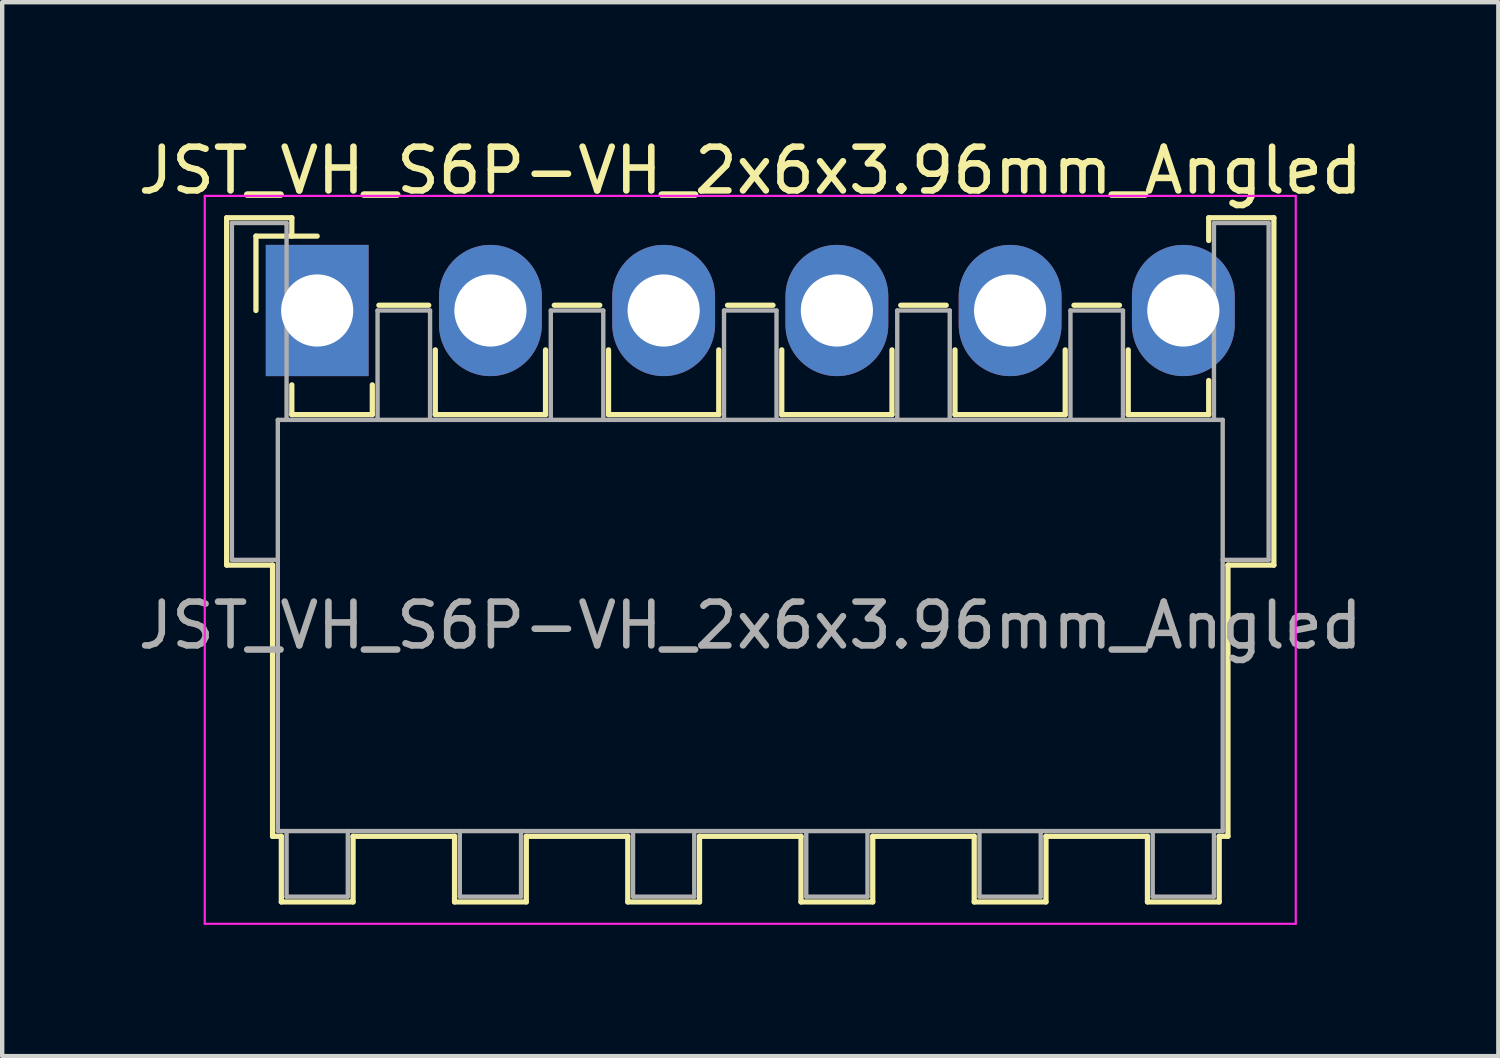
<source format=kicad_pcb>
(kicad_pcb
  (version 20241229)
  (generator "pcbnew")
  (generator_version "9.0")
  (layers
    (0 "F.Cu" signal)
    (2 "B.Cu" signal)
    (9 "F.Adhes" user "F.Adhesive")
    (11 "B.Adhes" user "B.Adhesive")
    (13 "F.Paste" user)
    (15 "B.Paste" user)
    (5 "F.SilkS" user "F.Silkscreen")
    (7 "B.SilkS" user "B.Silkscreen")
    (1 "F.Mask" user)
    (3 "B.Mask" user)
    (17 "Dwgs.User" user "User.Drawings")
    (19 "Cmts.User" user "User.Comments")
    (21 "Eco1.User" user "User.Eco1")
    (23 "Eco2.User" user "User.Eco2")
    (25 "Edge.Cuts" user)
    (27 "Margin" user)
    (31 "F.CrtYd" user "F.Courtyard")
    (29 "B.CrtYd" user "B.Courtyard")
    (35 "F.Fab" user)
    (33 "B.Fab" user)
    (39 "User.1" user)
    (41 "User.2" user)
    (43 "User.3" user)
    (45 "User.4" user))
  (footprint "JST_VH_S6P-VH_2x6x3.96mm_Angled"
    (layer "F.Cu")
    (at 4.201 4.048)
    (property "Reference" "JST_VH_S6P-VH_2x6x3.96mm_Angled" (at 9.9 -3.2 0) (layer "F.SilkS") (effects (font (size 1 1) (thickness 0.15))))
    (attr through_hole)
    (fp_line (start -2.07 -2.12) (end -0.58 -2.12) (stroke (width 0.12) (type solid)) (layer "F.SilkS"))
    (fp_line (start -2.07 5.82) (end -2.07 -2.12) (stroke (width 0.12) (type solid)) (layer "F.SilkS"))
    (fp_line (start -1.4 -1.7) (end -1.4 0) (stroke (width 0.12) (type solid)) (layer "F.SilkS"))
    (fp_line (start -1.02 5.82) (end -2.07 5.82) (stroke (width 0.12) (type solid)) (layer "F.SilkS"))
    (fp_line (start -1.02 5.82) (end -1.02 12.02) (stroke (width 0.12) (type solid)) (layer "F.SilkS"))
    (fp_line (start -1.02 12.02) (end -0.82 12.02) (stroke (width 0.12) (type solid)) (layer "F.SilkS"))
    (fp_line (start -0.82 12.02) (end -0.82 13.52) (stroke (width 0.12) (type solid)) (layer "F.SilkS"))
    (fp_line (start -0.82 13.52) (end 0.82 13.52) (stroke (width 0.12) (type solid)) (layer "F.SilkS"))
    (fp_line (start -0.58 -2.12) (end -0.58 -1.7) (stroke (width 0.12) (type solid)) (layer "F.SilkS"))
    (fp_line (start -0.58 1.7) (end -0.58 2.38) (stroke (width 0.12) (type solid)) (layer "F.SilkS"))
    (fp_line (start -0.58 2.38) (end 1.26 2.38) (stroke (width 0.12) (type solid)) (layer "F.SilkS"))
    (fp_line (start 0 -1.7) (end -1.4 -1.7) (stroke (width 0.12) (type solid)) (layer "F.SilkS"))
    (fp_line (start 0.82 12.02) (end 3.14 12.02) (stroke (width 0.12) (type solid)) (layer "F.SilkS"))
    (fp_line (start 0.82 13.52) (end 0.82 12.02) (stroke (width 0.12) (type solid)) (layer "F.SilkS"))
    (fp_line (start 1.26 2.38) (end 1.26 1.7) (stroke (width 0.12) (type solid)) (layer "F.SilkS"))
    (fp_line (start 1.41 -0.12) (end 2.55 -0.12) (stroke (width 0.12) (type solid)) (layer "F.SilkS"))
    (fp_line (start 2.7 0.9) (end 2.7 2.38) (stroke (width 0.12) (type solid)) (layer "F.SilkS"))
    (fp_line (start 2.7 2.38) (end 5.22 2.38) (stroke (width 0.12) (type solid)) (layer "F.SilkS"))
    (fp_line (start 3.14 12.02) (end 3.14 13.52) (stroke (width 0.12) (type solid)) (layer "F.SilkS"))
    (fp_line (start 3.14 13.52) (end 4.78 13.52) (stroke (width 0.12) (type solid)) (layer "F.SilkS"))
    (fp_line (start 4.78 12.02) (end 7.1 12.02) (stroke (width 0.12) (type solid)) (layer "F.SilkS"))
    (fp_line (start 4.78 13.52) (end 4.78 12.02) (stroke (width 0.12) (type solid)) (layer "F.SilkS"))
    (fp_line (start 5.22 2.38) (end 5.22 0.9) (stroke (width 0.12) (type solid)) (layer "F.SilkS"))
    (fp_line (start 5.42 -0.12) (end 6.46 -0.12) (stroke (width 0.12) (type solid)) (layer "F.SilkS"))
    (fp_line (start 6.66 0.9) (end 6.66 2.38) (stroke (width 0.12) (type solid)) (layer "F.SilkS"))
    (fp_line (start 6.66 2.38) (end 9.18 2.38) (stroke (width 0.12) (type solid)) (layer "F.SilkS"))
    (fp_line (start 7.1 12.02) (end 7.1 13.52) (stroke (width 0.12) (type solid)) (layer "F.SilkS"))
    (fp_line (start 7.1 13.52) (end 8.74 13.52) (stroke (width 0.12) (type solid)) (layer "F.SilkS"))
    (fp_line (start 8.74 12.02) (end 11.06 12.02) (stroke (width 0.12) (type solid)) (layer "F.SilkS"))
    (fp_line (start 8.74 13.52) (end 8.74 12.02) (stroke (width 0.12) (type solid)) (layer "F.SilkS"))
    (fp_line (start 9.18 2.38) (end 9.18 0.9) (stroke (width 0.12) (type solid)) (layer "F.SilkS"))
    (fp_line (start 9.38 -0.12) (end 10.42 -0.12) (stroke (width 0.12) (type solid)) (layer "F.SilkS"))
    (fp_line (start 10.62 0.9) (end 10.62 2.38) (stroke (width 0.12) (type solid)) (layer "F.SilkS"))
    (fp_line (start 10.62 2.38) (end 13.14 2.38) (stroke (width 0.12) (type solid)) (layer "F.SilkS"))
    (fp_line (start 11.06 12.02) (end 11.06 13.52) (stroke (width 0.12) (type solid)) (layer "F.SilkS"))
    (fp_line (start 11.06 13.52) (end 12.7 13.52) (stroke (width 0.12) (type solid)) (layer "F.SilkS"))
    (fp_line (start 12.7 12.02) (end 15.02 12.02) (stroke (width 0.12) (type solid)) (layer "F.SilkS"))
    (fp_line (start 12.7 13.52) (end 12.7 12.02) (stroke (width 0.12) (type solid)) (layer "F.SilkS"))
    (fp_line (start 13.14 2.38) (end 13.14 0.9) (stroke (width 0.12) (type solid)) (layer "F.SilkS"))
    (fp_line (start 13.34 -0.12) (end 14.38 -0.12) (stroke (width 0.12) (type solid)) (layer "F.SilkS"))
    (fp_line (start 14.58 0.9) (end 14.58 2.38) (stroke (width 0.12) (type solid)) (layer "F.SilkS"))
    (fp_line (start 14.58 2.38) (end 17.1 2.38) (stroke (width 0.12) (type solid)) (layer "F.SilkS"))
    (fp_line (start 15.02 12.02) (end 15.02 13.52) (stroke (width 0.12) (type solid)) (layer "F.SilkS"))
    (fp_line (start 15.02 13.52) (end 16.66 13.52) (stroke (width 0.12) (type solid)) (layer "F.SilkS"))
    (fp_line (start 16.66 12.02) (end 18.98 12.02) (stroke (width 0.12) (type solid)) (layer "F.SilkS"))
    (fp_line (start 16.66 13.52) (end 16.66 12.02) (stroke (width 0.12) (type solid)) (layer "F.SilkS"))
    (fp_line (start 17.1 2.38) (end 17.1 0.9) (stroke (width 0.12) (type solid)) (layer "F.SilkS"))
    (fp_line (start 17.3 -0.12) (end 18.34 -0.12) (stroke (width 0.12) (type solid)) (layer "F.SilkS"))
    (fp_line (start 18.54 0.9) (end 18.54 2.38) (stroke (width 0.12) (type solid)) (layer "F.SilkS"))
    (fp_line (start 18.54 2.38) (end 20.38 2.38) (stroke (width 0.12) (type solid)) (layer "F.SilkS"))
    (fp_line (start 18.98 12.02) (end 18.98 13.52) (stroke (width 0.12) (type solid)) (layer "F.SilkS"))
    (fp_line (start 18.98 13.52) (end 20.62 13.52) (stroke (width 0.12) (type solid)) (layer "F.SilkS"))
    (fp_line (start 20.38 -2.12) (end 21.87 -2.12) (stroke (width 0.12) (type solid)) (layer "F.SilkS"))
    (fp_line (start 20.38 -1.6) (end 20.38 -2.12) (stroke (width 0.12) (type solid)) (layer "F.SilkS"))
    (fp_line (start 20.38 2.38) (end 20.38 1.6) (stroke (width 0.12) (type solid)) (layer "F.SilkS"))
    (fp_line (start 20.62 12.02) (end 20.82 12.02) (stroke (width 0.12) (type solid)) (layer "F.SilkS"))
    (fp_line (start 20.62 13.52) (end 20.62 12.02) (stroke (width 0.12) (type solid)) (layer "F.SilkS"))
    (fp_line (start 20.82 12.02) (end 20.82 5.82) (stroke (width 0.12) (type solid)) (layer "F.SilkS"))
    (fp_line (start 21.87 -2.12) (end 21.87 5.82) (stroke (width 0.12) (type solid)) (layer "F.SilkS"))
    (fp_line (start 21.87 5.82) (end 20.82 5.82) (stroke (width 0.12) (type solid)) (layer "F.SilkS"))
    (fp_line (start -2.57 -2.62) (end -2.57 14.02) (stroke (width 0.05) (type solid)) (layer "F.CrtYd"))
    (fp_line (start -2.57 14.02) (end 22.37 14.02) (stroke (width 0.05) (type solid)) (layer "F.CrtYd"))
    (fp_line (start 22.37 -2.62) (end -2.57 -2.62) (stroke (width 0.05) (type solid)) (layer "F.CrtYd"))
    (fp_line (start 22.37 14.02) (end 22.37 -2.62) (stroke (width 0.05) (type solid)) (layer "F.CrtYd"))
    (fp_line (start -1.95 -2) (end -0.7 -2) (stroke (width 0.1) (type solid)) (layer "F.Fab"))
    (fp_line (start -1.95 5.7) (end -1.95 -2) (stroke (width 0.1) (type solid)) (layer "F.Fab"))
    (fp_line (start -0.9 2.5) (end -0.9 11.9) (stroke (width 0.1) (type solid)) (layer "F.Fab"))
    (fp_line (start -0.9 5.7) (end -1.95 5.7) (stroke (width 0.1) (type solid)) (layer "F.Fab"))
    (fp_line (start -0.9 11.9) (end 20.7 11.9) (stroke (width 0.1) (type solid)) (layer "F.Fab"))
    (fp_line (start -0.7 -2) (end -0.7 2.5) (stroke (width 0.1) (type solid)) (layer "F.Fab"))
    (fp_line (start -0.7 11.9) (end -0.7 13.4) (stroke (width 0.1) (type solid)) (layer "F.Fab"))
    (fp_line (start -0.7 13.4) (end 0.7 13.4) (stroke (width 0.1) (type solid)) (layer "F.Fab"))
    (fp_line (start 0.7 13.4) (end 0.7 11.9) (stroke (width 0.1) (type solid)) (layer "F.Fab"))
    (fp_line (start 1.38 0) (end 2.58 0) (stroke (width 0.1) (type solid)) (layer "F.Fab"))
    (fp_line (start 1.38 2.5) (end 1.38 0) (stroke (width 0.1) (type solid)) (layer "F.Fab"))
    (fp_line (start 2.58 0) (end 2.58 2.5) (stroke (width 0.1) (type solid)) (layer "F.Fab"))
    (fp_line (start 3.26 11.9) (end 3.26 13.4) (stroke (width 0.1) (type solid)) (layer "F.Fab"))
    (fp_line (start 3.26 13.4) (end 4.66 13.4) (stroke (width 0.1) (type solid)) (layer "F.Fab"))
    (fp_line (start 4.66 13.4) (end 4.66 11.9) (stroke (width 0.1) (type solid)) (layer "F.Fab"))
    (fp_line (start 5.34 0) (end 6.54 0) (stroke (width 0.1) (type solid)) (layer "F.Fab"))
    (fp_line (start 5.34 2.5) (end 5.34 0) (stroke (width 0.1) (type solid)) (layer "F.Fab"))
    (fp_line (start 6.54 0) (end 6.54 2.5) (stroke (width 0.1) (type solid)) (layer "F.Fab"))
    (fp_line (start 7.22 11.9) (end 7.22 13.4) (stroke (width 0.1) (type solid)) (layer "F.Fab"))
    (fp_line (start 7.22 13.4) (end 8.62 13.4) (stroke (width 0.1) (type solid)) (layer "F.Fab"))
    (fp_line (start 8.62 13.4) (end 8.62 11.9) (stroke (width 0.1) (type solid)) (layer "F.Fab"))
    (fp_line (start 9.3 0) (end 10.5 0) (stroke (width 0.1) (type solid)) (layer "F.Fab"))
    (fp_line (start 9.3 2.5) (end 9.3 0) (stroke (width 0.1) (type solid)) (layer "F.Fab"))
    (fp_line (start 10.5 0) (end 10.5 2.5) (stroke (width 0.1) (type solid)) (layer "F.Fab"))
    (fp_line (start 11.18 11.9) (end 11.18 13.4) (stroke (width 0.1) (type solid)) (layer "F.Fab"))
    (fp_line (start 11.18 13.4) (end 12.58 13.4) (stroke (width 0.1) (type solid)) (layer "F.Fab"))
    (fp_line (start 12.58 13.4) (end 12.58 11.9) (stroke (width 0.1) (type solid)) (layer "F.Fab"))
    (fp_line (start 13.26 0) (end 14.46 0) (stroke (width 0.1) (type solid)) (layer "F.Fab"))
    (fp_line (start 13.26 2.5) (end 13.26 0) (stroke (width 0.1) (type solid)) (layer "F.Fab"))
    (fp_line (start 14.46 0) (end 14.46 2.5) (stroke (width 0.1) (type solid)) (layer "F.Fab"))
    (fp_line (start 15.14 11.9) (end 15.14 13.4) (stroke (width 0.1) (type solid)) (layer "F.Fab"))
    (fp_line (start 15.14 13.4) (end 16.54 13.4) (stroke (width 0.1) (type solid)) (layer "F.Fab"))
    (fp_line (start 16.54 13.4) (end 16.54 11.9) (stroke (width 0.1) (type solid)) (layer "F.Fab"))
    (fp_line (start 17.22 0) (end 18.42 0) (stroke (width 0.1) (type solid)) (layer "F.Fab"))
    (fp_line (start 17.22 2.5) (end 17.22 0) (stroke (width 0.1) (type solid)) (layer "F.Fab"))
    (fp_line (start 18.42 0) (end 18.42 2.5) (stroke (width 0.1) (type solid)) (layer "F.Fab"))
    (fp_line (start 19.1 11.9) (end 19.1 13.4) (stroke (width 0.1) (type solid)) (layer "F.Fab"))
    (fp_line (start 19.1 13.4) (end 20.5 13.4) (stroke (width 0.1) (type solid)) (layer "F.Fab"))
    (fp_line (start 20.5 -2) (end 21.75 -2) (stroke (width 0.1) (type solid)) (layer "F.Fab"))
    (fp_line (start 20.5 2.5) (end 20.5 -2) (stroke (width 0.1) (type solid)) (layer "F.Fab"))
    (fp_line (start 20.5 13.4) (end 20.5 11.9) (stroke (width 0.1) (type solid)) (layer "F.Fab"))
    (fp_line (start 20.7 2.5) (end -0.9 2.5) (stroke (width 0.1) (type solid)) (layer "F.Fab"))
    (fp_line (start 20.7 11.9) (end 20.7 2.5) (stroke (width 0.1) (type solid)) (layer "F.Fab"))
    (fp_line (start 21.75 -2) (end 21.75 5.7) (stroke (width 0.1) (type solid)) (layer "F.Fab"))
    (fp_line (start 21.75 5.7) (end 20.7 5.7) (stroke (width 0.1) (type solid)) (layer "F.Fab"))
    (fp_text user "${REFERENCE}" (at 9.9 7.2 0) (layer "F.Fab") (effects (font (size 1 1) (thickness 0.15))))
    (pad "1" thru_hole rect (at 0 0) (size 2.35 3) (drill 1.65) (layers "*.Cu" "*.Mask"))
    (pad "2" thru_hole oval (at 3.96 0) (size 2.35 3) (drill 1.65) (layers "*.Cu" "*.Mask"))
    (pad "3" thru_hole oval (at 7.92 0) (size 2.35 3) (drill 1.65) (layers "*.Cu" "*.Mask"))
    (pad "4" thru_hole oval (at 11.88 0) (size 2.35 3) (drill 1.65) (layers "*.Cu" "*.Mask"))
    (pad "5" thru_hole oval (at 15.84 0) (size 2.35 3) (drill 1.65) (layers "*.Cu" "*.Mask"))
    (pad "6" thru_hole oval (at 19.8 0) (size 2.35 3) (drill 1.65) (layers "*.Cu" "*.Mask")))
  (gr_rect
    (start -3 -3)
    (end 31.202 21.093)
    (stroke (width 0.1) (type default))
    (fill no)
    (layer "Edge.Cuts")))
</source>
